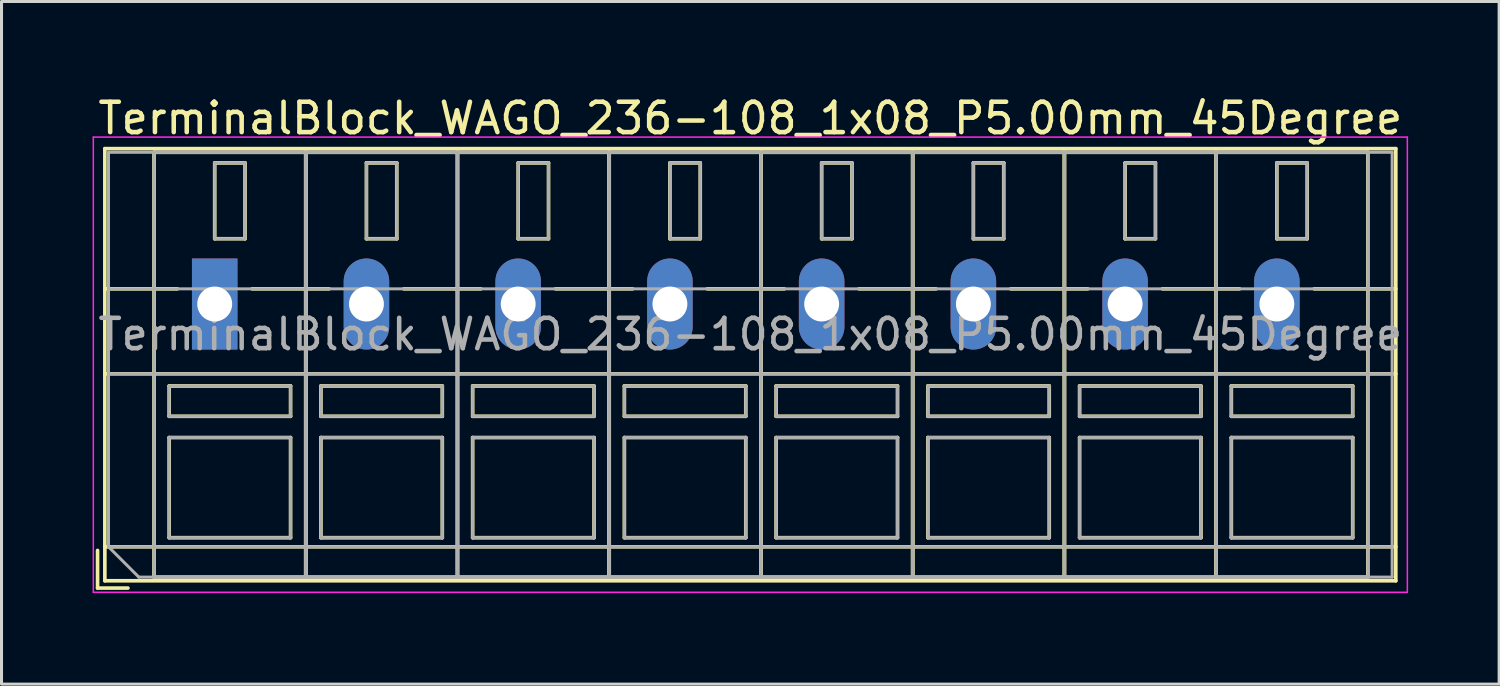
<source format=kicad_pcb>
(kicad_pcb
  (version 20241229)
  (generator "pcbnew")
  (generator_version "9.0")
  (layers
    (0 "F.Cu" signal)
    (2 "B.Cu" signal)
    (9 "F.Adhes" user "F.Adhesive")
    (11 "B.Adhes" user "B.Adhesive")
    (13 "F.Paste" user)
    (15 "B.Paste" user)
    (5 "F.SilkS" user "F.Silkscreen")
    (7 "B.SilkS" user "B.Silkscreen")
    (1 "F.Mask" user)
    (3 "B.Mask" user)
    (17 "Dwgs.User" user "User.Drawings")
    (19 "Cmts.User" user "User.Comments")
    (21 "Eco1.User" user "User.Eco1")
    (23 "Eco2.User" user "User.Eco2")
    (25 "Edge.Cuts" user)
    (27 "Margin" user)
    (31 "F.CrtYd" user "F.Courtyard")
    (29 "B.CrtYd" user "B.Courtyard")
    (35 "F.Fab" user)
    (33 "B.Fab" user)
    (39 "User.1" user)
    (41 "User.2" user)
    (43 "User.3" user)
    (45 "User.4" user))
  (footprint "TerminalBlock_WAGO_236-108_1x08_P5.00mm_45Degree"
    (layer "F.Cu")
    (at 4.025 6.968)
    (property "Reference" "TerminalBlock_WAGO_236-108_1x08_P5.00mm_45Degree" (at 17.65 -6.12 0) (layer "F.SilkS") (effects (font (size 1 1) (thickness 0.15))))
    (attr through_hole)
    (fp_line (start -3.86 8.12) (end -3.86 9.36) (stroke (width 0.12) (type solid)) (layer "F.SilkS"))
    (fp_line (start -3.86 9.36) (end -2.86 9.36) (stroke (width 0.12) (type solid)) (layer "F.SilkS"))
    (fp_line (start -3.62 -5.12) (end -3.62 9.12) (stroke (width 0.12) (type solid)) (layer "F.SilkS"))
    (fp_line (start -3.62 -5.12) (end 38.92 -5.12) (stroke (width 0.12) (type solid)) (layer "F.SilkS"))
    (fp_line (start -3.62 -0.5) (end -1.23 -0.5) (stroke (width 0.12) (type solid)) (layer "F.SilkS"))
    (fp_line (start -3.62 2.3) (end 38.92 2.3) (stroke (width 0.12) (type solid)) (layer "F.SilkS"))
    (fp_line (start -3.62 8) (end 38.92 8) (stroke (width 0.12) (type solid)) (layer "F.SilkS"))
    (fp_line (start -3.62 9.12) (end 38.92 9.12) (stroke (width 0.12) (type solid)) (layer "F.SilkS"))
    (fp_line (start -2 -5) (end -2 9) (stroke (width 0.12) (type solid)) (layer "F.SilkS"))
    (fp_line (start -2 -5) (end 3 -5) (stroke (width 0.12) (type solid)) (layer "F.SilkS"))
    (fp_line (start -2 9) (end 3 9) (stroke (width 0.12) (type solid)) (layer "F.SilkS"))
    (fp_line (start -1.5 2.7) (end -1.5 3.7) (stroke (width 0.12) (type solid)) (layer "F.SilkS"))
    (fp_line (start -1.5 2.7) (end 2.5 2.7) (stroke (width 0.12) (type solid)) (layer "F.SilkS"))
    (fp_line (start -1.5 3.7) (end 2.5 3.7) (stroke (width 0.12) (type solid)) (layer "F.SilkS"))
    (fp_line (start -1.5 4.4) (end -1.5 7.7) (stroke (width 0.12) (type solid)) (layer "F.SilkS"))
    (fp_line (start -1.5 4.4) (end 2.5 4.4) (stroke (width 0.12) (type solid)) (layer "F.SilkS"))
    (fp_line (start -1.5 7.7) (end 2.5 7.7) (stroke (width 0.12) (type solid)) (layer "F.SilkS"))
    (fp_line (start 0 -4.65) (end 0 -2.151) (stroke (width 0.12) (type solid)) (layer "F.SilkS"))
    (fp_line (start 0 -4.65) (end 1 -4.65) (stroke (width 0.12) (type solid)) (layer "F.SilkS"))
    (fp_line (start 0 -2.151) (end 1 -2.151) (stroke (width 0.12) (type solid)) (layer "F.SilkS"))
    (fp_line (start 1 -4.65) (end 1 -2.151) (stroke (width 0.12) (type solid)) (layer "F.SilkS"))
    (fp_line (start 1.23 -0.5) (end 3.77 -0.5) (stroke (width 0.12) (type solid)) (layer "F.SilkS"))
    (fp_line (start 2.5 2.7) (end 2.5 3.7) (stroke (width 0.12) (type solid)) (layer "F.SilkS"))
    (fp_line (start 2.5 4.4) (end 2.5 7.7) (stroke (width 0.12) (type solid)) (layer "F.SilkS"))
    (fp_line (start 3 -5) (end 3 9) (stroke (width 0.12) (type solid)) (layer "F.SilkS"))
    (fp_line (start 3 -5) (end 3 9) (stroke (width 0.12) (type solid)) (layer "F.SilkS"))
    (fp_line (start 3 -5) (end 8 -5) (stroke (width 0.12) (type solid)) (layer "F.SilkS"))
    (fp_line (start 3 9) (end 8 9) (stroke (width 0.12) (type solid)) (layer "F.SilkS"))
    (fp_line (start 3.5 2.7) (end 3.5 3.7) (stroke (width 0.12) (type solid)) (layer "F.SilkS"))
    (fp_line (start 3.5 2.7) (end 7.5 2.7) (stroke (width 0.12) (type solid)) (layer "F.SilkS"))
    (fp_line (start 3.5 3.7) (end 7.5 3.7) (stroke (width 0.12) (type solid)) (layer "F.SilkS"))
    (fp_line (start 3.5 4.4) (end 3.5 7.7) (stroke (width 0.12) (type solid)) (layer "F.SilkS"))
    (fp_line (start 3.5 4.4) (end 7.5 4.4) (stroke (width 0.12) (type solid)) (layer "F.SilkS"))
    (fp_line (start 3.5 7.7) (end 7.5 7.7) (stroke (width 0.12) (type solid)) (layer "F.SilkS"))
    (fp_line (start 5 -4.65) (end 5 -2.151) (stroke (width 0.12) (type solid)) (layer "F.SilkS"))
    (fp_line (start 5 -4.65) (end 6 -4.65) (stroke (width 0.12) (type solid)) (layer "F.SilkS"))
    (fp_line (start 5 -2.151) (end 6 -2.151) (stroke (width 0.12) (type solid)) (layer "F.SilkS"))
    (fp_line (start 6 -4.65) (end 6 -2.151) (stroke (width 0.12) (type solid)) (layer "F.SilkS"))
    (fp_line (start 6.23 -0.5) (end 8.77 -0.5) (stroke (width 0.12) (type solid)) (layer "F.SilkS"))
    (fp_line (start 7.5 2.7) (end 7.5 3.7) (stroke (width 0.12) (type solid)) (layer "F.SilkS"))
    (fp_line (start 7.5 4.4) (end 7.5 7.7) (stroke (width 0.12) (type solid)) (layer "F.SilkS"))
    (fp_line (start 8 -5) (end 8 9) (stroke (width 0.12) (type solid)) (layer "F.SilkS"))
    (fp_line (start 8 -5) (end 8 9) (stroke (width 0.12) (type solid)) (layer "F.SilkS"))
    (fp_line (start 8 -5) (end 13 -5) (stroke (width 0.12) (type solid)) (layer "F.SilkS"))
    (fp_line (start 8 9) (end 13 9) (stroke (width 0.12) (type solid)) (layer "F.SilkS"))
    (fp_line (start 8.5 2.7) (end 8.5 3.7) (stroke (width 0.12) (type solid)) (layer "F.SilkS"))
    (fp_line (start 8.5 2.7) (end 12.5 2.7) (stroke (width 0.12) (type solid)) (layer "F.SilkS"))
    (fp_line (start 8.5 3.7) (end 12.5 3.7) (stroke (width 0.12) (type solid)) (layer "F.SilkS"))
    (fp_line (start 8.5 4.4) (end 8.5 7.7) (stroke (width 0.12) (type solid)) (layer "F.SilkS"))
    (fp_line (start 8.5 4.4) (end 12.5 4.4) (stroke (width 0.12) (type solid)) (layer "F.SilkS"))
    (fp_line (start 8.5 7.7) (end 12.5 7.7) (stroke (width 0.12) (type solid)) (layer "F.SilkS"))
    (fp_line (start 10 -4.65) (end 10 -2.151) (stroke (width 0.12) (type solid)) (layer "F.SilkS"))
    (fp_line (start 10 -4.65) (end 11 -4.65) (stroke (width 0.12) (type solid)) (layer "F.SilkS"))
    (fp_line (start 10 -2.151) (end 11 -2.151) (stroke (width 0.12) (type solid)) (layer "F.SilkS"))
    (fp_line (start 11 -4.65) (end 11 -2.151) (stroke (width 0.12) (type solid)) (layer "F.SilkS"))
    (fp_line (start 11.23 -0.5) (end 13.77 -0.5) (stroke (width 0.12) (type solid)) (layer "F.SilkS"))
    (fp_line (start 12.5 2.7) (end 12.5 3.7) (stroke (width 0.12) (type solid)) (layer "F.SilkS"))
    (fp_line (start 12.5 4.4) (end 12.5 7.7) (stroke (width 0.12) (type solid)) (layer "F.SilkS"))
    (fp_line (start 13 -5) (end 13 9) (stroke (width 0.12) (type solid)) (layer "F.SilkS"))
    (fp_line (start 13 -5) (end 13 9) (stroke (width 0.12) (type solid)) (layer "F.SilkS"))
    (fp_line (start 13 -5) (end 18 -5) (stroke (width 0.12) (type solid)) (layer "F.SilkS"))
    (fp_line (start 13 9) (end 18 9) (stroke (width 0.12) (type solid)) (layer "F.SilkS"))
    (fp_line (start 13.5 2.7) (end 13.5 3.7) (stroke (width 0.12) (type solid)) (layer "F.SilkS"))
    (fp_line (start 13.5 2.7) (end 17.5 2.7) (stroke (width 0.12) (type solid)) (layer "F.SilkS"))
    (fp_line (start 13.5 3.7) (end 17.5 3.7) (stroke (width 0.12) (type solid)) (layer "F.SilkS"))
    (fp_line (start 13.5 4.4) (end 13.5 7.7) (stroke (width 0.12) (type solid)) (layer "F.SilkS"))
    (fp_line (start 13.5 4.4) (end 17.5 4.4) (stroke (width 0.12) (type solid)) (layer "F.SilkS"))
    (fp_line (start 13.5 7.7) (end 17.5 7.7) (stroke (width 0.12) (type solid)) (layer "F.SilkS"))
    (fp_line (start 15 -4.65) (end 15 -2.151) (stroke (width 0.12) (type solid)) (layer "F.SilkS"))
    (fp_line (start 15 -4.65) (end 16 -4.65) (stroke (width 0.12) (type solid)) (layer "F.SilkS"))
    (fp_line (start 15 -2.151) (end 16 -2.151) (stroke (width 0.12) (type solid)) (layer "F.SilkS"))
    (fp_line (start 16 -4.65) (end 16 -2.151) (stroke (width 0.12) (type solid)) (layer "F.SilkS"))
    (fp_line (start 16.23 -0.5) (end 18.77 -0.5) (stroke (width 0.12) (type solid)) (layer "F.SilkS"))
    (fp_line (start 17.5 2.7) (end 17.5 3.7) (stroke (width 0.12) (type solid)) (layer "F.SilkS"))
    (fp_line (start 17.5 4.4) (end 17.5 7.7) (stroke (width 0.12) (type solid)) (layer "F.SilkS"))
    (fp_line (start 18 -5) (end 18 9) (stroke (width 0.12) (type solid)) (layer "F.SilkS"))
    (fp_line (start 18 -5) (end 18 9) (stroke (width 0.12) (type solid)) (layer "F.SilkS"))
    (fp_line (start 18 -5) (end 23 -5) (stroke (width 0.12) (type solid)) (layer "F.SilkS"))
    (fp_line (start 18 9) (end 23 9) (stroke (width 0.12) (type solid)) (layer "F.SilkS"))
    (fp_line (start 18.5 2.7) (end 18.5 3.7) (stroke (width 0.12) (type solid)) (layer "F.SilkS"))
    (fp_line (start 18.5 2.7) (end 22.5 2.7) (stroke (width 0.12) (type solid)) (layer "F.SilkS"))
    (fp_line (start 18.5 3.7) (end 22.5 3.7) (stroke (width 0.12) (type solid)) (layer "F.SilkS"))
    (fp_line (start 18.5 4.4) (end 18.5 7.7) (stroke (width 0.12) (type solid)) (layer "F.SilkS"))
    (fp_line (start 18.5 4.4) (end 22.5 4.4) (stroke (width 0.12) (type solid)) (layer "F.SilkS"))
    (fp_line (start 18.5 7.7) (end 22.5 7.7) (stroke (width 0.12) (type solid)) (layer "F.SilkS"))
    (fp_line (start 20 -4.65) (end 20 -2.151) (stroke (width 0.12) (type solid)) (layer "F.SilkS"))
    (fp_line (start 20 -4.65) (end 21 -4.65) (stroke (width 0.12) (type solid)) (layer "F.SilkS"))
    (fp_line (start 20 -2.151) (end 21 -2.151) (stroke (width 0.12) (type solid)) (layer "F.SilkS"))
    (fp_line (start 21 -4.65) (end 21 -2.151) (stroke (width 0.12) (type solid)) (layer "F.SilkS"))
    (fp_line (start 21.23 -0.5) (end 23.77 -0.5) (stroke (width 0.12) (type solid)) (layer "F.SilkS"))
    (fp_line (start 22.5 2.7) (end 22.5 3.7) (stroke (width 0.12) (type solid)) (layer "F.SilkS"))
    (fp_line (start 22.5 4.4) (end 22.5 7.7) (stroke (width 0.12) (type solid)) (layer "F.SilkS"))
    (fp_line (start 23 -5) (end 23 9) (stroke (width 0.12) (type solid)) (layer "F.SilkS"))
    (fp_line (start 23 -5) (end 23 9) (stroke (width 0.12) (type solid)) (layer "F.SilkS"))
    (fp_line (start 23 -5) (end 28 -5) (stroke (width 0.12) (type solid)) (layer "F.SilkS"))
    (fp_line (start 23 9) (end 28 9) (stroke (width 0.12) (type solid)) (layer "F.SilkS"))
    (fp_line (start 23.5 2.7) (end 23.5 3.7) (stroke (width 0.12) (type solid)) (layer "F.SilkS"))
    (fp_line (start 23.5 2.7) (end 27.5 2.7) (stroke (width 0.12) (type solid)) (layer "F.SilkS"))
    (fp_line (start 23.5 3.7) (end 27.5 3.7) (stroke (width 0.12) (type solid)) (layer "F.SilkS"))
    (fp_line (start 23.5 4.4) (end 23.5 7.7) (stroke (width 0.12) (type solid)) (layer "F.SilkS"))
    (fp_line (start 23.5 4.4) (end 27.5 4.4) (stroke (width 0.12) (type solid)) (layer "F.SilkS"))
    (fp_line (start 23.5 7.7) (end 27.5 7.7) (stroke (width 0.12) (type solid)) (layer "F.SilkS"))
    (fp_line (start 25 -4.65) (end 25 -2.151) (stroke (width 0.12) (type solid)) (layer "F.SilkS"))
    (fp_line (start 25 -4.65) (end 26 -4.65) (stroke (width 0.12) (type solid)) (layer "F.SilkS"))
    (fp_line (start 25 -2.151) (end 26 -2.151) (stroke (width 0.12) (type solid)) (layer "F.SilkS"))
    (fp_line (start 26 -4.65) (end 26 -2.151) (stroke (width 0.12) (type solid)) (layer "F.SilkS"))
    (fp_line (start 26.23 -0.5) (end 28.77 -0.5) (stroke (width 0.12) (type solid)) (layer "F.SilkS"))
    (fp_line (start 27.5 2.7) (end 27.5 3.7) (stroke (width 0.12) (type solid)) (layer "F.SilkS"))
    (fp_line (start 27.5 4.4) (end 27.5 7.7) (stroke (width 0.12) (type solid)) (layer "F.SilkS"))
    (fp_line (start 28 -5) (end 28 9) (stroke (width 0.12) (type solid)) (layer "F.SilkS"))
    (fp_line (start 28 -5) (end 28 9) (stroke (width 0.12) (type solid)) (layer "F.SilkS"))
    (fp_line (start 28 -5) (end 33 -5) (stroke (width 0.12) (type solid)) (layer "F.SilkS"))
    (fp_line (start 28 9) (end 33 9) (stroke (width 0.12) (type solid)) (layer "F.SilkS"))
    (fp_line (start 28.5 2.7) (end 28.5 3.7) (stroke (width 0.12) (type solid)) (layer "F.SilkS"))
    (fp_line (start 28.5 2.7) (end 32.5 2.7) (stroke (width 0.12) (type solid)) (layer "F.SilkS"))
    (fp_line (start 28.5 3.7) (end 32.5 3.7) (stroke (width 0.12) (type solid)) (layer "F.SilkS"))
    (fp_line (start 28.5 4.4) (end 28.5 7.7) (stroke (width 0.12) (type solid)) (layer "F.SilkS"))
    (fp_line (start 28.5 4.4) (end 32.5 4.4) (stroke (width 0.12) (type solid)) (layer "F.SilkS"))
    (fp_line (start 28.5 7.7) (end 32.5 7.7) (stroke (width 0.12) (type solid)) (layer "F.SilkS"))
    (fp_line (start 30 -4.65) (end 30 -2.151) (stroke (width 0.12) (type solid)) (layer "F.SilkS"))
    (fp_line (start 30 -4.65) (end 31 -4.65) (stroke (width 0.12) (type solid)) (layer "F.SilkS"))
    (fp_line (start 30 -2.151) (end 31 -2.151) (stroke (width 0.12) (type solid)) (layer "F.SilkS"))
    (fp_line (start 31 -4.65) (end 31 -2.151) (stroke (width 0.12) (type solid)) (layer "F.SilkS"))
    (fp_line (start 31.23 -0.5) (end 33.77 -0.5) (stroke (width 0.12) (type solid)) (layer "F.SilkS"))
    (fp_line (start 32.5 2.7) (end 32.5 3.7) (stroke (width 0.12) (type solid)) (layer "F.SilkS"))
    (fp_line (start 32.5 4.4) (end 32.5 7.7) (stroke (width 0.12) (type solid)) (layer "F.SilkS"))
    (fp_line (start 33 -5) (end 33 9) (stroke (width 0.12) (type solid)) (layer "F.SilkS"))
    (fp_line (start 33 -5) (end 33 9) (stroke (width 0.12) (type solid)) (layer "F.SilkS"))
    (fp_line (start 33 -5) (end 38 -5) (stroke (width 0.12) (type solid)) (layer "F.SilkS"))
    (fp_line (start 33 9) (end 38 9) (stroke (width 0.12) (type solid)) (layer "F.SilkS"))
    (fp_line (start 33.5 2.7) (end 33.5 3.7) (stroke (width 0.12) (type solid)) (layer "F.SilkS"))
    (fp_line (start 33.5 2.7) (end 37.5 2.7) (stroke (width 0.12) (type solid)) (layer "F.SilkS"))
    (fp_line (start 33.5 3.7) (end 37.5 3.7) (stroke (width 0.12) (type solid)) (layer "F.SilkS"))
    (fp_line (start 33.5 4.4) (end 33.5 7.7) (stroke (width 0.12) (type solid)) (layer "F.SilkS"))
    (fp_line (start 33.5 4.4) (end 37.5 4.4) (stroke (width 0.12) (type solid)) (layer "F.SilkS"))
    (fp_line (start 33.5 7.7) (end 37.5 7.7) (stroke (width 0.12) (type solid)) (layer "F.SilkS"))
    (fp_line (start 35 -4.65) (end 35 -2.151) (stroke (width 0.12) (type solid)) (layer "F.SilkS"))
    (fp_line (start 35 -4.65) (end 36 -4.65) (stroke (width 0.12) (type solid)) (layer "F.SilkS"))
    (fp_line (start 35 -2.151) (end 36 -2.151) (stroke (width 0.12) (type solid)) (layer "F.SilkS"))
    (fp_line (start 36 -4.65) (end 36 -2.151) (stroke (width 0.12) (type solid)) (layer "F.SilkS"))
    (fp_line (start 36.23 -0.5) (end 38.92 -0.5) (stroke (width 0.12) (type solid)) (layer "F.SilkS"))
    (fp_line (start 37.5 2.7) (end 37.5 3.7) (stroke (width 0.12) (type solid)) (layer "F.SilkS"))
    (fp_line (start 37.5 4.4) (end 37.5 7.7) (stroke (width 0.12) (type solid)) (layer "F.SilkS"))
    (fp_line (start 38 -5) (end 38 9) (stroke (width 0.12) (type solid)) (layer "F.SilkS"))
    (fp_line (start 38.92 -5.12) (end 38.92 9.12) (stroke (width 0.12) (type solid)) (layer "F.SilkS"))
    (fp_line (start -4 -5.5) (end -4 9.5) (stroke (width 0.05) (type solid)) (layer "F.CrtYd"))
    (fp_line (start -4 9.5) (end 39.3 9.5) (stroke (width 0.05) (type solid)) (layer "F.CrtYd"))
    (fp_line (start 39.3 -5.5) (end -4 -5.5) (stroke (width 0.05) (type solid)) (layer "F.CrtYd"))
    (fp_line (start 39.3 9.5) (end 39.3 -5.5) (stroke (width 0.05) (type solid)) (layer "F.CrtYd"))
    (fp_line (start -3.5 -5) (end 38.8 -5) (stroke (width 0.1) (type solid)) (layer "F.Fab"))
    (fp_line (start -3.5 -0.5) (end 38.8 -0.5) (stroke (width 0.1) (type solid)) (layer "F.Fab"))
    (fp_line (start -3.5 2.3) (end 38.8 2.3) (stroke (width 0.1) (type solid)) (layer "F.Fab"))
    (fp_line (start -3.5 8) (end -3.5 -5) (stroke (width 0.1) (type solid)) (layer "F.Fab"))
    (fp_line (start -3.5 8) (end 38.8 8) (stroke (width 0.1) (type solid)) (layer "F.Fab"))
    (fp_line (start -2.5 9) (end -3.5 8) (stroke (width 0.1) (type solid)) (layer "F.Fab"))
    (fp_line (start -2 -5) (end -2 9) (stroke (width 0.1) (type solid)) (layer "F.Fab"))
    (fp_line (start -2 9) (end 3 9) (stroke (width 0.1) (type solid)) (layer "F.Fab"))
    (fp_line (start -1.5 2.7) (end -1.5 3.7) (stroke (width 0.1) (type solid)) (layer "F.Fab"))
    (fp_line (start -1.5 3.7) (end 2.5 3.7) (stroke (width 0.1) (type solid)) (layer "F.Fab"))
    (fp_line (start -1.5 4.4) (end -1.5 7.7) (stroke (width 0.1) (type solid)) (layer "F.Fab"))
    (fp_line (start -1.5 7.7) (end 2.5 7.7) (stroke (width 0.1) (type solid)) (layer "F.Fab"))
    (fp_line (start 0 -4.65) (end 0 -2.15) (stroke (width 0.1) (type solid)) (layer "F.Fab"))
    (fp_line (start 0 -2.15) (end 1 -2.15) (stroke (width 0.1) (type solid)) (layer "F.Fab"))
    (fp_line (start 1 -4.65) (end 0 -4.65) (stroke (width 0.1) (type solid)) (layer "F.Fab"))
    (fp_line (start 1 -2.15) (end 1 -4.65) (stroke (width 0.1) (type solid)) (layer "F.Fab"))
    (fp_line (start 2.5 2.7) (end -1.5 2.7) (stroke (width 0.1) (type solid)) (layer "F.Fab"))
    (fp_line (start 2.5 3.7) (end 2.5 2.7) (stroke (width 0.1) (type solid)) (layer "F.Fab"))
    (fp_line (start 2.5 4.4) (end -1.5 4.4) (stroke (width 0.1) (type solid)) (layer "F.Fab"))
    (fp_line (start 2.5 7.7) (end 2.5 4.4) (stroke (width 0.1) (type solid)) (layer "F.Fab"))
    (fp_line (start 3 -5) (end -2 -5) (stroke (width 0.1) (type solid)) (layer "F.Fab"))
    (fp_line (start 3 -5) (end 3 9) (stroke (width 0.1) (type solid)) (layer "F.Fab"))
    (fp_line (start 3 9) (end 3 -5) (stroke (width 0.1) (type solid)) (layer "F.Fab"))
    (fp_line (start 3 9) (end 8 9) (stroke (width 0.1) (type solid)) (layer "F.Fab"))
    (fp_line (start 3.5 2.7) (end 3.5 3.7) (stroke (width 0.1) (type solid)) (layer "F.Fab"))
    (fp_line (start 3.5 3.7) (end 7.5 3.7) (stroke (width 0.1) (type solid)) (layer "F.Fab"))
    (fp_line (start 3.5 4.4) (end 3.5 7.7) (stroke (width 0.1) (type solid)) (layer "F.Fab"))
    (fp_line (start 3.5 7.7) (end 7.5 7.7) (stroke (width 0.1) (type solid)) (layer "F.Fab"))
    (fp_line (start 5 -4.65) (end 5 -2.15) (stroke (width 0.1) (type solid)) (layer "F.Fab"))
    (fp_line (start 5 -2.15) (end 6 -2.15) (stroke (width 0.1) (type solid)) (layer "F.Fab"))
    (fp_line (start 6 -4.65) (end 5 -4.65) (stroke (width 0.1) (type solid)) (layer "F.Fab"))
    (fp_line (start 6 -2.15) (end 6 -4.65) (stroke (width 0.1) (type solid)) (layer "F.Fab"))
    (fp_line (start 7.5 2.7) (end 3.5 2.7) (stroke (width 0.1) (type solid)) (layer "F.Fab"))
    (fp_line (start 7.5 3.7) (end 7.5 2.7) (stroke (width 0.1) (type solid)) (layer "F.Fab"))
    (fp_line (start 7.5 4.4) (end 3.5 4.4) (stroke (width 0.1) (type solid)) (layer "F.Fab"))
    (fp_line (start 7.5 7.7) (end 7.5 4.4) (stroke (width 0.1) (type solid)) (layer "F.Fab"))
    (fp_line (start 8 -5) (end 3 -5) (stroke (width 0.1) (type solid)) (layer "F.Fab"))
    (fp_line (start 8 -5) (end 8 9) (stroke (width 0.1) (type solid)) (layer "F.Fab"))
    (fp_line (start 8 9) (end 8 -5) (stroke (width 0.1) (type solid)) (layer "F.Fab"))
    (fp_line (start 8 9) (end 13 9) (stroke (width 0.1) (type solid)) (layer "F.Fab"))
    (fp_line (start 8.5 2.7) (end 8.5 3.7) (stroke (width 0.1) (type solid)) (layer "F.Fab"))
    (fp_line (start 8.5 3.7) (end 12.5 3.7) (stroke (width 0.1) (type solid)) (layer "F.Fab"))
    (fp_line (start 8.5 4.4) (end 8.5 7.7) (stroke (width 0.1) (type solid)) (layer "F.Fab"))
    (fp_line (start 8.5 7.7) (end 12.5 7.7) (stroke (width 0.1) (type solid)) (layer "F.Fab"))
    (fp_line (start 10 -4.65) (end 10 -2.15) (stroke (width 0.1) (type solid)) (layer "F.Fab"))
    (fp_line (start 10 -2.15) (end 11 -2.15) (stroke (width 0.1) (type solid)) (layer "F.Fab"))
    (fp_line (start 11 -4.65) (end 10 -4.65) (stroke (width 0.1) (type solid)) (layer "F.Fab"))
    (fp_line (start 11 -2.15) (end 11 -4.65) (stroke (width 0.1) (type solid)) (layer "F.Fab"))
    (fp_line (start 12.5 2.7) (end 8.5 2.7) (stroke (width 0.1) (type solid)) (layer "F.Fab"))
    (fp_line (start 12.5 3.7) (end 12.5 2.7) (stroke (width 0.1) (type solid)) (layer "F.Fab"))
    (fp_line (start 12.5 4.4) (end 8.5 4.4) (stroke (width 0.1) (type solid)) (layer "F.Fab"))
    (fp_line (start 12.5 7.7) (end 12.5 4.4) (stroke (width 0.1) (type solid)) (layer "F.Fab"))
    (fp_line (start 13 -5) (end 8 -5) (stroke (width 0.1) (type solid)) (layer "F.Fab"))
    (fp_line (start 13 -5) (end 13 9) (stroke (width 0.1) (type solid)) (layer "F.Fab"))
    (fp_line (start 13 9) (end 13 -5) (stroke (width 0.1) (type solid)) (layer "F.Fab"))
    (fp_line (start 13 9) (end 18 9) (stroke (width 0.1) (type solid)) (layer "F.Fab"))
    (fp_line (start 13.5 2.7) (end 13.5 3.7) (stroke (width 0.1) (type solid)) (layer "F.Fab"))
    (fp_line (start 13.5 3.7) (end 17.5 3.7) (stroke (width 0.1) (type solid)) (layer "F.Fab"))
    (fp_line (start 13.5 4.4) (end 13.5 7.7) (stroke (width 0.1) (type solid)) (layer "F.Fab"))
    (fp_line (start 13.5 7.7) (end 17.5 7.7) (stroke (width 0.1) (type solid)) (layer "F.Fab"))
    (fp_line (start 15 -4.65) (end 15 -2.15) (stroke (width 0.1) (type solid)) (layer "F.Fab"))
    (fp_line (start 15 -2.15) (end 16 -2.15) (stroke (width 0.1) (type solid)) (layer "F.Fab"))
    (fp_line (start 16 -4.65) (end 15 -4.65) (stroke (width 0.1) (type solid)) (layer "F.Fab"))
    (fp_line (start 16 -2.15) (end 16 -4.65) (stroke (width 0.1) (type solid)) (layer "F.Fab"))
    (fp_line (start 17.5 2.7) (end 13.5 2.7) (stroke (width 0.1) (type solid)) (layer "F.Fab"))
    (fp_line (start 17.5 3.7) (end 17.5 2.7) (stroke (width 0.1) (type solid)) (layer "F.Fab"))
    (fp_line (start 17.5 4.4) (end 13.5 4.4) (stroke (width 0.1) (type solid)) (layer "F.Fab"))
    (fp_line (start 17.5 7.7) (end 17.5 4.4) (stroke (width 0.1) (type solid)) (layer "F.Fab"))
    (fp_line (start 18 -5) (end 13 -5) (stroke (width 0.1) (type solid)) (layer "F.Fab"))
    (fp_line (start 18 -5) (end 18 9) (stroke (width 0.1) (type solid)) (layer "F.Fab"))
    (fp_line (start 18 9) (end 18 -5) (stroke (width 0.1) (type solid)) (layer "F.Fab"))
    (fp_line (start 18 9) (end 23 9) (stroke (width 0.1) (type solid)) (layer "F.Fab"))
    (fp_line (start 18.5 2.7) (end 18.5 3.7) (stroke (width 0.1) (type solid)) (layer "F.Fab"))
    (fp_line (start 18.5 3.7) (end 22.5 3.7) (stroke (width 0.1) (type solid)) (layer "F.Fab"))
    (fp_line (start 18.5 4.4) (end 18.5 7.7) (stroke (width 0.1) (type solid)) (layer "F.Fab"))
    (fp_line (start 18.5 7.7) (end 22.5 7.7) (stroke (width 0.1) (type solid)) (layer "F.Fab"))
    (fp_line (start 20 -4.65) (end 20 -2.15) (stroke (width 0.1) (type solid)) (layer "F.Fab"))
    (fp_line (start 20 -2.15) (end 21 -2.15) (stroke (width 0.1) (type solid)) (layer "F.Fab"))
    (fp_line (start 21 -4.65) (end 20 -4.65) (stroke (width 0.1) (type solid)) (layer "F.Fab"))
    (fp_line (start 21 -2.15) (end 21 -4.65) (stroke (width 0.1) (type solid)) (layer "F.Fab"))
    (fp_line (start 22.5 2.7) (end 18.5 2.7) (stroke (width 0.1) (type solid)) (layer "F.Fab"))
    (fp_line (start 22.5 3.7) (end 22.5 2.7) (stroke (width 0.1) (type solid)) (layer "F.Fab"))
    (fp_line (start 22.5 4.4) (end 18.5 4.4) (stroke (width 0.1) (type solid)) (layer "F.Fab"))
    (fp_line (start 22.5 7.7) (end 22.5 4.4) (stroke (width 0.1) (type solid)) (layer "F.Fab"))
    (fp_line (start 23 -5) (end 18 -5) (stroke (width 0.1) (type solid)) (layer "F.Fab"))
    (fp_line (start 23 -5) (end 23 9) (stroke (width 0.1) (type solid)) (layer "F.Fab"))
    (fp_line (start 23 9) (end 23 -5) (stroke (width 0.1) (type solid)) (layer "F.Fab"))
    (fp_line (start 23 9) (end 28 9) (stroke (width 0.1) (type solid)) (layer "F.Fab"))
    (fp_line (start 23.5 2.7) (end 23.5 3.7) (stroke (width 0.1) (type solid)) (layer "F.Fab"))
    (fp_line (start 23.5 3.7) (end 27.5 3.7) (stroke (width 0.1) (type solid)) (layer "F.Fab"))
    (fp_line (start 23.5 4.4) (end 23.5 7.7) (stroke (width 0.1) (type solid)) (layer "F.Fab"))
    (fp_line (start 23.5 7.7) (end 27.5 7.7) (stroke (width 0.1) (type solid)) (layer "F.Fab"))
    (fp_line (start 25 -4.65) (end 25 -2.15) (stroke (width 0.1) (type solid)) (layer "F.Fab"))
    (fp_line (start 25 -2.15) (end 26 -2.15) (stroke (width 0.1) (type solid)) (layer "F.Fab"))
    (fp_line (start 26 -4.65) (end 25 -4.65) (stroke (width 0.1) (type solid)) (layer "F.Fab"))
    (fp_line (start 26 -2.15) (end 26 -4.65) (stroke (width 0.1) (type solid)) (layer "F.Fab"))
    (fp_line (start 27.5 2.7) (end 23.5 2.7) (stroke (width 0.1) (type solid)) (layer "F.Fab"))
    (fp_line (start 27.5 3.7) (end 27.5 2.7) (stroke (width 0.1) (type solid)) (layer "F.Fab"))
    (fp_line (start 27.5 4.4) (end 23.5 4.4) (stroke (width 0.1) (type solid)) (layer "F.Fab"))
    (fp_line (start 27.5 7.7) (end 27.5 4.4) (stroke (width 0.1) (type solid)) (layer "F.Fab"))
    (fp_line (start 28 -5) (end 23 -5) (stroke (width 0.1) (type solid)) (layer "F.Fab"))
    (fp_line (start 28 -5) (end 28 9) (stroke (width 0.1) (type solid)) (layer "F.Fab"))
    (fp_line (start 28 9) (end 28 -5) (stroke (width 0.1) (type solid)) (layer "F.Fab"))
    (fp_line (start 28 9) (end 33 9) (stroke (width 0.1) (type solid)) (layer "F.Fab"))
    (fp_line (start 28.5 2.7) (end 28.5 3.7) (stroke (width 0.1) (type solid)) (layer "F.Fab"))
    (fp_line (start 28.5 3.7) (end 32.5 3.7) (stroke (width 0.1) (type solid)) (layer "F.Fab"))
    (fp_line (start 28.5 4.4) (end 28.5 7.7) (stroke (width 0.1) (type solid)) (layer "F.Fab"))
    (fp_line (start 28.5 7.7) (end 32.5 7.7) (stroke (width 0.1) (type solid)) (layer "F.Fab"))
    (fp_line (start 30 -4.65) (end 30 -2.15) (stroke (width 0.1) (type solid)) (layer "F.Fab"))
    (fp_line (start 30 -2.15) (end 31 -2.15) (stroke (width 0.1) (type solid)) (layer "F.Fab"))
    (fp_line (start 31 -4.65) (end 30 -4.65) (stroke (width 0.1) (type solid)) (layer "F.Fab"))
    (fp_line (start 31 -2.15) (end 31 -4.65) (stroke (width 0.1) (type solid)) (layer "F.Fab"))
    (fp_line (start 32.5 2.7) (end 28.5 2.7) (stroke (width 0.1) (type solid)) (layer "F.Fab"))
    (fp_line (start 32.5 3.7) (end 32.5 2.7) (stroke (width 0.1) (type solid)) (layer "F.Fab"))
    (fp_line (start 32.5 4.4) (end 28.5 4.4) (stroke (width 0.1) (type solid)) (layer "F.Fab"))
    (fp_line (start 32.5 7.7) (end 32.5 4.4) (stroke (width 0.1) (type solid)) (layer "F.Fab"))
    (fp_line (start 33 -5) (end 28 -5) (stroke (width 0.1) (type solid)) (layer "F.Fab"))
    (fp_line (start 33 -5) (end 33 9) (stroke (width 0.1) (type solid)) (layer "F.Fab"))
    (fp_line (start 33 9) (end 33 -5) (stroke (width 0.1) (type solid)) (layer "F.Fab"))
    (fp_line (start 33 9) (end 38 9) (stroke (width 0.1) (type solid)) (layer "F.Fab"))
    (fp_line (start 33.5 2.7) (end 33.5 3.7) (stroke (width 0.1) (type solid)) (layer "F.Fab"))
    (fp_line (start 33.5 3.7) (end 37.5 3.7) (stroke (width 0.1) (type solid)) (layer "F.Fab"))
    (fp_line (start 33.5 4.4) (end 33.5 7.7) (stroke (width 0.1) (type solid)) (layer "F.Fab"))
    (fp_line (start 33.5 7.7) (end 37.5 7.7) (stroke (width 0.1) (type solid)) (layer "F.Fab"))
    (fp_line (start 35 -4.65) (end 35 -2.15) (stroke (width 0.1) (type solid)) (layer "F.Fab"))
    (fp_line (start 35 -2.15) (end 36 -2.15) (stroke (width 0.1) (type solid)) (layer "F.Fab"))
    (fp_line (start 36 -4.65) (end 35 -4.65) (stroke (width 0.1) (type solid)) (layer "F.Fab"))
    (fp_line (start 36 -2.15) (end 36 -4.65) (stroke (width 0.1) (type solid)) (layer "F.Fab"))
    (fp_line (start 37.5 2.7) (end 33.5 2.7) (stroke (width 0.1) (type solid)) (layer "F.Fab"))
    (fp_line (start 37.5 3.7) (end 37.5 2.7) (stroke (width 0.1) (type solid)) (layer "F.Fab"))
    (fp_line (start 37.5 4.4) (end 33.5 4.4) (stroke (width 0.1) (type solid)) (layer "F.Fab"))
    (fp_line (start 37.5 7.7) (end 37.5 4.4) (stroke (width 0.1) (type solid)) (layer "F.Fab"))
    (fp_line (start 38 -5) (end 33 -5) (stroke (width 0.1) (type solid)) (layer "F.Fab"))
    (fp_line (start 38 9) (end 38 -5) (stroke (width 0.1) (type solid)) (layer "F.Fab"))
    (fp_line (start 38.8 -5) (end 38.8 9) (stroke (width 0.1) (type solid)) (layer "F.Fab"))
    (fp_line (start 38.8 9) (end -2.5 9) (stroke (width 0.1) (type solid)) (layer "F.Fab"))
    (fp_text user "${REFERENCE}" (at 17.65 1 0) (layer "F.Fab") (effects (font (size 1 1) (thickness 0.15))))
    (pad "1" thru_hole rect (at 0 0) (size 1.5 3) (drill 1.15) (layers "*.Cu" "*.Mask"))
    (pad "2" thru_hole oval (at 5 0) (size 1.5 3) (drill 1.15) (layers "*.Cu" "*.Mask"))
    (pad "3" thru_hole oval (at 10 0) (size 1.5 3) (drill 1.15) (layers "*.Cu" "*.Mask"))
    (pad "4" thru_hole oval (at 15 0) (size 1.5 3) (drill 1.15) (layers "*.Cu" "*.Mask"))
    (pad "5" thru_hole oval (at 20 0) (size 1.5 3) (drill 1.15) (layers "*.Cu" "*.Mask"))
    (pad "6" thru_hole oval (at 25 0) (size 1.5 3) (drill 1.15) (layers "*.Cu" "*.Mask"))
    (pad "7" thru_hole oval (at 30 0) (size 1.5 3) (drill 1.15) (layers "*.Cu" "*.Mask"))
    (pad "8" thru_hole oval (at 35 0) (size 1.5 3) (drill 1.15) (layers "*.Cu" "*.Mask")))
  (gr_rect
    (start -3 -3)
    (end 46.35 19.493)
    (stroke (width 0.1) (type default))
    (fill no)
    (layer "Edge.Cuts")))
</source>
